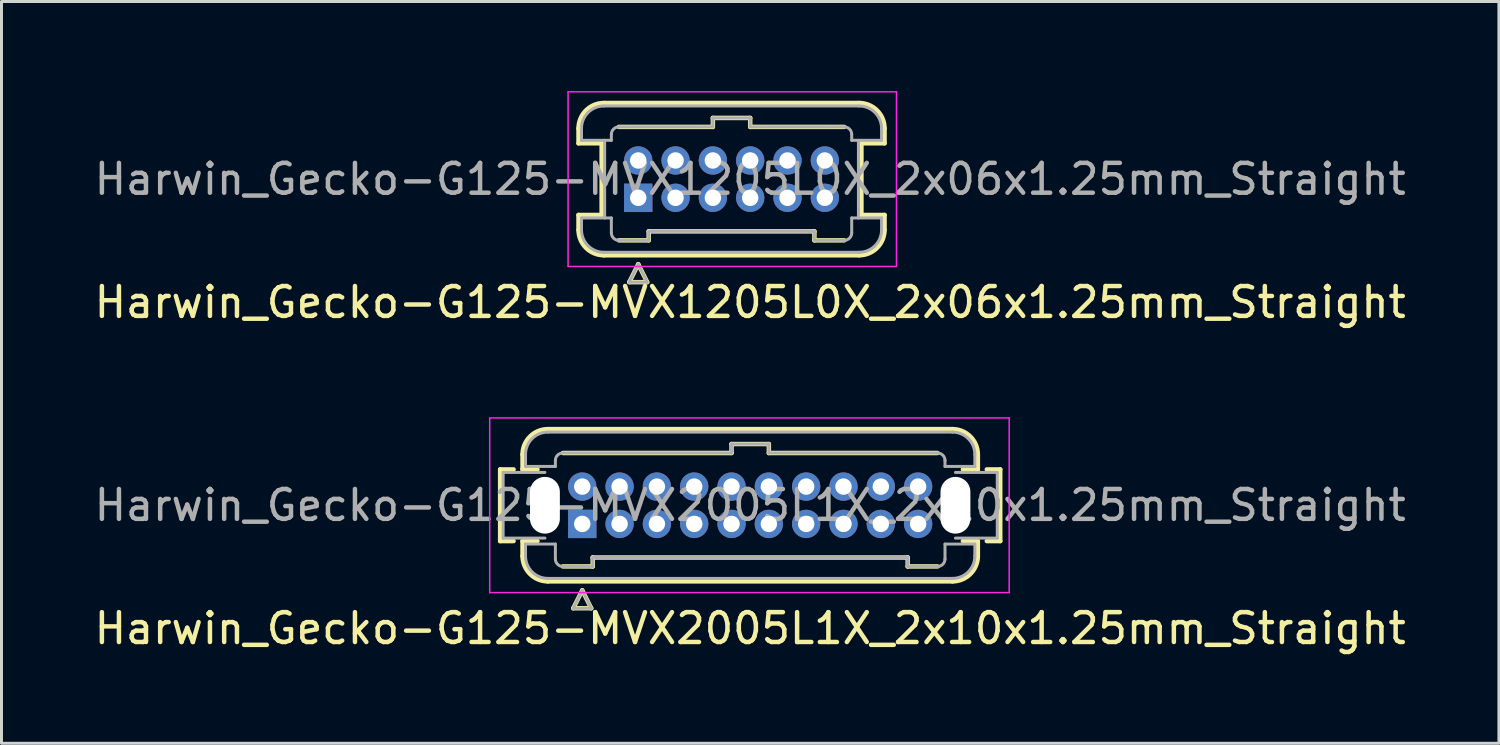
<source format=kicad_pcb>
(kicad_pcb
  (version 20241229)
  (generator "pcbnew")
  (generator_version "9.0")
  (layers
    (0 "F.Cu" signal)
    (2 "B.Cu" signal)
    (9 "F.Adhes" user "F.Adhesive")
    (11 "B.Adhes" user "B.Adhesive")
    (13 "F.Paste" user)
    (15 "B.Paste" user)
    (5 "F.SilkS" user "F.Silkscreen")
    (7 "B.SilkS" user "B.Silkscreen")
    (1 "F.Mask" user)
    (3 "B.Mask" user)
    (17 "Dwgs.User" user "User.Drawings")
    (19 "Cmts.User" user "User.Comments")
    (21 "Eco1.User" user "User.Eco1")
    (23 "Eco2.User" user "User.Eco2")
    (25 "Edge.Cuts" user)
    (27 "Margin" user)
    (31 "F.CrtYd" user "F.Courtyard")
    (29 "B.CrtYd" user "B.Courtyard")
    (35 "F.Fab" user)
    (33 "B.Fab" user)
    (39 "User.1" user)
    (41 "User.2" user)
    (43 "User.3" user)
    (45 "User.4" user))
  (footprint "Harwin_Gecko-G125-MVX2005L1X_2x10x1.25mm_Straight"
    (layer "F.Cu")
    (at 16.452 14.498)
    (property "Reference" "Harwin_Gecko-G125-MVX2005L1X_2x10x1.25mm_Straight" (at 5.625 3.5 0) (layer "F.SilkS") (effects (font (size 1 1) (thickness 0.15))))
    (attr through_hole)
    (fp_line (start -2.75 -1.825) (end -2.75 0.575) (stroke (width 0.15) (type solid)) (layer "F.SilkS"))
    (fp_line (start -2.75 0.575) (end -2.3 0.575) (stroke (width 0.15) (type solid)) (layer "F.SilkS"))
    (fp_line (start -2.3 -1.825) (end -2.75 -1.825) (stroke (width 0.15) (type solid)) (layer "F.SilkS"))
    (fp_line (start -2 -1.825) (end -2 -2.325) (stroke (width 0.15) (type solid)) (layer "F.SilkS"))
    (fp_line (start -2 -1.825) (end -1.5 -1.825) (stroke (width 0.15) (type solid)) (layer "F.SilkS"))
    (fp_line (start -2 0.575) (end -1.5 0.575) (stroke (width 0.15) (type solid)) (layer "F.SilkS"))
    (fp_line (start -2 1.075) (end -2 0.575) (stroke (width 0.15) (type solid)) (layer "F.SilkS"))
    (fp_line (start -1.15 -3.175) (end 12.4 -3.175) (stroke (width 0.15) (type solid)) (layer "F.SilkS"))
    (fp_line (start -1.15 1.925) (end 12.4 1.925) (stroke (width 0.15) (type solid)) (layer "F.SilkS"))
    (fp_line (start -0.65 -2.375) (end 5 -2.375) (stroke (width 0.15) (type solid)) (layer "F.SilkS"))
    (fp_line (start -0.65 1.425) (end 0.35 1.425) (stroke (width 0.15) (type solid)) (layer "F.SilkS"))
    (fp_line (start -0.3 2.825) (end 0.3 2.825) (stroke (width 0.15) (type solid)) (layer "F.SilkS"))
    (fp_line (start 0 2.225) (end -0.3 2.825) (stroke (width 0.15) (type solid)) (layer "F.SilkS"))
    (fp_line (start 0.3 2.825) (end 0 2.225) (stroke (width 0.15) (type solid)) (layer "F.SilkS"))
    (fp_line (start 0.35 1.125) (end 10.9 1.125) (stroke (width 0.15) (type solid)) (layer "F.SilkS"))
    (fp_line (start 0.35 1.425) (end 0.35 1.125) (stroke (width 0.15) (type solid)) (layer "F.SilkS"))
    (fp_line (start 5 -2.675) (end 6.25 -2.675) (stroke (width 0.15) (type solid)) (layer "F.SilkS"))
    (fp_line (start 5 -2.375) (end 5 -2.675) (stroke (width 0.15) (type solid)) (layer "F.SilkS"))
    (fp_line (start 6.25 -2.675) (end 6.25 -2.375) (stroke (width 0.15) (type solid)) (layer "F.SilkS"))
    (fp_line (start 6.25 -2.375) (end 11.9 -2.375) (stroke (width 0.15) (type solid)) (layer "F.SilkS"))
    (fp_line (start 10.9 1.125) (end 10.9 1.425) (stroke (width 0.15) (type solid)) (layer "F.SilkS"))
    (fp_line (start 10.9 1.425) (end 11.9 1.425) (stroke (width 0.15) (type solid)) (layer "F.SilkS"))
    (fp_line (start 13.25 -2.325) (end 13.25 -1.825) (stroke (width 0.15) (type solid)) (layer "F.SilkS"))
    (fp_line (start 13.25 -1.825) (end 12.75 -1.825) (stroke (width 0.15) (type solid)) (layer "F.SilkS"))
    (fp_line (start 13.25 0.575) (end 12.75 0.575) (stroke (width 0.15) (type solid)) (layer "F.SilkS"))
    (fp_line (start 13.25 1.075) (end 13.25 0.575) (stroke (width 0.15) (type solid)) (layer "F.SilkS"))
    (fp_line (start 13.55 0.575) (end 14 0.575) (stroke (width 0.15) (type solid)) (layer "F.SilkS"))
    (fp_line (start 14 -1.825) (end 13.55 -1.825) (stroke (width 0.15) (type solid)) (layer "F.SilkS"))
    (fp_line (start 14 -1.825) (end 14 0.575) (stroke (width 0.15) (type solid)) (layer "F.SilkS"))
    (fp_arc (start -2 -2.325) (mid -1.751041 -2.926041) (end -1.15 -3.175) (stroke (width 0.15) (type solid)) (layer "F.SilkS"))
    (fp_arc (start -1.15 1.925) (mid -1.751041 1.676041) (end -2 1.075) (stroke (width 0.15) (type solid)) (layer "F.SilkS"))
    (fp_arc (start 12.4 -3.175) (mid 13.001041 -2.926041) (end 13.25 -2.325) (stroke (width 0.15) (type solid)) (layer "F.SilkS"))
    (fp_arc (start 13.25 1.075) (mid 13.001041 1.676041) (end 12.4 1.925) (stroke (width 0.15) (type solid)) (layer "F.SilkS"))
    (fp_line (start -3.1 -3.55) (end -3.1 2.3) (stroke (width 0.05) (type solid)) (layer "F.CrtYd"))
    (fp_line (start -3.1 2.3) (end 14.3 2.3) (stroke (width 0.05) (type solid)) (layer "F.CrtYd"))
    (fp_line (start 14.3 -3.55) (end -3.1 -3.55) (stroke (width 0.05) (type solid)) (layer "F.CrtYd"))
    (fp_line (start 14.3 2.3) (end 14.3 -3.55) (stroke (width 0.05) (type solid)) (layer "F.CrtYd"))
    (fp_line (start -2.65 0.475) (end -2.65 -1.725) (stroke (width 0.1) (type solid)) (layer "F.Fab"))
    (fp_line (start -2.65 0.475) (end -1.25 0.475) (stroke (width 0.1) (type solid)) (layer "F.Fab"))
    (fp_line (start -1.9 -2.325) (end -1.9 -1.925) (stroke (width 0.1) (type solid)) (layer "F.Fab"))
    (fp_line (start -1.9 -1.925) (end -0.9 -1.925) (stroke (width 0.1) (type solid)) (layer "F.Fab"))
    (fp_line (start -1.9 0.675) (end -0.9 0.675) (stroke (width 0.1) (type solid)) (layer "F.Fab"))
    (fp_line (start -1.9 1.075) (end -1.9 0.675) (stroke (width 0.1) (type solid)) (layer "F.Fab"))
    (fp_line (start -1.25 -1.725) (end -2.65 -1.725) (stroke (width 0.1) (type solid)) (layer "F.Fab"))
    (fp_line (start -1.15 -3.075) (end 12.4 -3.075) (stroke (width 0.1) (type solid)) (layer "F.Fab"))
    (fp_line (start -1.15 1.825) (end 12.4 1.825) (stroke (width 0.1) (type solid)) (layer "F.Fab"))
    (fp_line (start -0.9 -2.125) (end -0.9 -1.925) (stroke (width 0.1) (type solid)) (layer "F.Fab"))
    (fp_line (start -0.9 1.175) (end -0.9 0.675) (stroke (width 0.1) (type solid)) (layer "F.Fab"))
    (fp_line (start -0.65 -2.375) (end 5 -2.375) (stroke (width 0.1) (type solid)) (layer "F.Fab"))
    (fp_line (start -0.65 1.425) (end 0.35 1.425) (stroke (width 0.1) (type solid)) (layer "F.Fab"))
    (fp_line (start -0.3 2.825) (end 0.3 2.825) (stroke (width 0.1) (type solid)) (layer "F.Fab"))
    (fp_line (start 0 2.225) (end -0.3 2.825) (stroke (width 0.1) (type solid)) (layer "F.Fab"))
    (fp_line (start 0.3 2.825) (end 0 2.225) (stroke (width 0.1) (type solid)) (layer "F.Fab"))
    (fp_line (start 0.35 1.125) (end 10.9 1.125) (stroke (width 0.1) (type solid)) (layer "F.Fab"))
    (fp_line (start 0.35 1.425) (end 0.35 1.125) (stroke (width 0.1) (type solid)) (layer "F.Fab"))
    (fp_line (start 5 -2.675) (end 6.25 -2.675) (stroke (width 0.1) (type solid)) (layer "F.Fab"))
    (fp_line (start 5 -2.375) (end 5 -2.675) (stroke (width 0.1) (type solid)) (layer "F.Fab"))
    (fp_line (start 6.25 -2.675) (end 6.25 -2.375) (stroke (width 0.1) (type solid)) (layer "F.Fab"))
    (fp_line (start 6.25 -2.375) (end 11.9 -2.375) (stroke (width 0.1) (type solid)) (layer "F.Fab"))
    (fp_line (start 10.9 1.125) (end 10.9 1.425) (stroke (width 0.1) (type solid)) (layer "F.Fab"))
    (fp_line (start 10.9 1.425) (end 11.9 1.425) (stroke (width 0.1) (type solid)) (layer "F.Fab"))
    (fp_line (start 12.15 -2.125) (end 12.15 -1.925) (stroke (width 0.1) (type solid)) (layer "F.Fab"))
    (fp_line (start 12.15 1.175) (end 12.15 0.675) (stroke (width 0.1) (type solid)) (layer "F.Fab"))
    (fp_line (start 12.5 0.475) (end 13.9 0.475) (stroke (width 0.1) (type solid)) (layer "F.Fab"))
    (fp_line (start 13.15 -2.325) (end 13.15 -1.925) (stroke (width 0.1) (type solid)) (layer "F.Fab"))
    (fp_line (start 13.15 -1.925) (end 12.15 -1.925) (stroke (width 0.1) (type solid)) (layer "F.Fab"))
    (fp_line (start 13.15 0.675) (end 12.15 0.675) (stroke (width 0.1) (type solid)) (layer "F.Fab"))
    (fp_line (start 13.15 1.075) (end 13.15 0.675) (stroke (width 0.1) (type solid)) (layer "F.Fab"))
    (fp_line (start 13.9 -1.725) (end 12.5 -1.725) (stroke (width 0.1) (type solid)) (layer "F.Fab"))
    (fp_line (start 13.9 -1.725) (end 13.9 0.475) (stroke (width 0.1) (type solid)) (layer "F.Fab"))
    (fp_arc (start -1.9 -2.325) (mid -1.68033 -2.85533) (end -1.15 -3.075) (stroke (width 0.1) (type solid)) (layer "F.Fab"))
    (fp_arc (start -1.15 1.825) (mid -1.68033 1.60533) (end -1.9 1.075) (stroke (width 0.1) (type solid)) (layer "F.Fab"))
    (fp_arc (start -0.9 -2.125) (mid -0.826777 -2.301777) (end -0.65 -2.375) (stroke (width 0.1) (type solid)) (layer "F.Fab"))
    (fp_arc (start -0.65 1.425) (mid -0.826777 1.351777) (end -0.9 1.175) (stroke (width 0.1) (type solid)) (layer "F.Fab"))
    (fp_arc (start 11.9 -2.375) (mid 12.076777 -2.301777) (end 12.15 -2.125) (stroke (width 0.1) (type solid)) (layer "F.Fab"))
    (fp_arc (start 12.15 1.175) (mid 12.076777 1.351777) (end 11.9 1.425) (stroke (width 0.1) (type solid)) (layer "F.Fab"))
    (fp_arc (start 12.4 -3.075) (mid 12.93033 -2.85533) (end 13.15 -2.325) (stroke (width 0.1) (type solid)) (layer "F.Fab"))
    (fp_arc (start 13.15 1.075) (mid 12.93033 1.60533) (end 12.4 1.825) (stroke (width 0.1) (type solid)) (layer "F.Fab"))
    (fp_text user "${REFERENCE}" (at 5.625 -0.625 0) (layer "F.Fab") (effects (font (size 1 1) (thickness 0.15))))
    (pad "" np_thru_hole oval (at -1.25 -0.625) (size 1 1.9) (drill oval 1 1.9) (layers "*.Cu" "*.Mask"))
    (pad "" np_thru_hole oval (at 12.5 -0.625) (size 1 1.9) (drill oval 1 1.9) (layers "*.Cu" "*.Mask"))
    (pad "1" thru_hole rect (at 0 0) (size 0.95 0.95) (drill 0.55) (layers "*.Cu" "*.Mask"))
    (pad "2" thru_hole circle (at 1.25 0) (size 0.95 0.95) (drill 0.55) (layers "*.Cu" "*.Mask"))
    (pad "3" thru_hole circle (at 2.5 0) (size 0.95 0.95) (drill 0.55) (layers "*.Cu" "*.Mask"))
    (pad "4" thru_hole circle (at 3.75 0) (size 0.95 0.95) (drill 0.55) (layers "*.Cu" "*.Mask"))
    (pad "5" thru_hole circle (at 5 0) (size 0.95 0.95) (drill 0.55) (layers "*.Cu" "*.Mask"))
    (pad "6" thru_hole circle (at 6.25 0) (size 0.95 0.95) (drill 0.55) (layers "*.Cu" "*.Mask"))
    (pad "7" thru_hole circle (at 7.5 0) (size 0.95 0.95) (drill 0.55) (layers "*.Cu" "*.Mask"))
    (pad "8" thru_hole circle (at 8.75 0) (size 0.95 0.95) (drill 0.55) (layers "*.Cu" "*.Mask"))
    (pad "9" thru_hole circle (at 10 0) (size 0.95 0.95) (drill 0.55) (layers "*.Cu" "*.Mask"))
    (pad "10" thru_hole circle (at 11.25 0) (size 0.95 0.95) (drill 0.55) (layers "*.Cu" "*.Mask"))
    (pad "11" thru_hole circle (at 0 -1.25) (size 0.95 0.95) (drill 0.55) (layers "*.Cu" "*.Mask"))
    (pad "12" thru_hole circle (at 1.25 -1.25) (size 0.95 0.95) (drill 0.55) (layers "*.Cu" "*.Mask"))
    (pad "13" thru_hole circle (at 2.5 -1.25) (size 0.95 0.95) (drill 0.55) (layers "*.Cu" "*.Mask"))
    (pad "14" thru_hole circle (at 3.75 -1.25) (size 0.95 0.95) (drill 0.55) (layers "*.Cu" "*.Mask"))
    (pad "15" thru_hole circle (at 5 -1.25) (size 0.95 0.95) (drill 0.55) (layers "*.Cu" "*.Mask"))
    (pad "16" thru_hole circle (at 6.25 -1.25) (size 0.95 0.95) (drill 0.55) (layers "*.Cu" "*.Mask"))
    (pad "17" thru_hole circle (at 7.5 -1.25) (size 0.95 0.95) (drill 0.55) (layers "*.Cu" "*.Mask"))
    (pad "18" thru_hole circle (at 8.75 -1.25) (size 0.95 0.95) (drill 0.55) (layers "*.Cu" "*.Mask"))
    (pad "19" thru_hole circle (at 10 -1.25) (size 0.95 0.95) (drill 0.55) (layers "*.Cu" "*.Mask"))
    (pad "20" thru_hole circle (at 11.25 -1.25) (size 0.95 0.95) (drill 0.55) (layers "*.Cu" "*.Mask")))
  (footprint "Harwin_Gecko-G125-MVX1205L0X_2x06x1.25mm_Straight"
    (layer "F.Cu")
    (at 18.327 3.575)
    (property "Reference" "Harwin_Gecko-G125-MVX1205L0X_2x06x1.25mm_Straight" (at 3.75 3.5 0) (layer "F.SilkS") (effects (font (size 1 1) (thickness 0.15))))
    (attr through_hole)
    (fp_line (start -2 -1.825) (end -2 -2.325) (stroke (width 0.15) (type solid)) (layer "F.SilkS"))
    (fp_line (start -2 -1.825) (end -1.225 -1.825) (stroke (width 0.15) (type solid)) (layer "F.SilkS"))
    (fp_line (start -2 0.575) (end -1.225 0.575) (stroke (width 0.15) (type solid)) (layer "F.SilkS"))
    (fp_line (start -2 1.075) (end -2 0.575) (stroke (width 0.15) (type solid)) (layer "F.SilkS"))
    (fp_line (start -1.225 -1.825) (end -1.225 0.575) (stroke (width 0.15) (type solid)) (layer "F.SilkS"))
    (fp_line (start -1.15 -3.175) (end 7.4 -3.175) (stroke (width 0.15) (type solid)) (layer "F.SilkS"))
    (fp_line (start -1.15 1.925) (end 7.4 1.925) (stroke (width 0.15) (type solid)) (layer "F.SilkS"))
    (fp_line (start -0.65 -2.375) (end 2.5 -2.375) (stroke (width 0.15) (type solid)) (layer "F.SilkS"))
    (fp_line (start -0.65 1.425) (end 0.35 1.425) (stroke (width 0.15) (type solid)) (layer "F.SilkS"))
    (fp_line (start -0.3 2.825) (end 0.3 2.825) (stroke (width 0.15) (type solid)) (layer "F.SilkS"))
    (fp_line (start 0 2.225) (end -0.3 2.825) (stroke (width 0.15) (type solid)) (layer "F.SilkS"))
    (fp_line (start 0.3 2.825) (end 0 2.225) (stroke (width 0.15) (type solid)) (layer "F.SilkS"))
    (fp_line (start 0.35 1.125) (end 5.9 1.125) (stroke (width 0.15) (type solid)) (layer "F.SilkS"))
    (fp_line (start 0.35 1.425) (end 0.35 1.125) (stroke (width 0.15) (type solid)) (layer "F.SilkS"))
    (fp_line (start 2.5 -2.675) (end 3.75 -2.675) (stroke (width 0.15) (type solid)) (layer "F.SilkS"))
    (fp_line (start 2.5 -2.375) (end 2.5 -2.675) (stroke (width 0.15) (type solid)) (layer "F.SilkS"))
    (fp_line (start 3.75 -2.675) (end 3.75 -2.375) (stroke (width 0.15) (type solid)) (layer "F.SilkS"))
    (fp_line (start 3.75 -2.375) (end 6.9 -2.375) (stroke (width 0.15) (type solid)) (layer "F.SilkS"))
    (fp_line (start 5.9 1.125) (end 5.9 1.425) (stroke (width 0.15) (type solid)) (layer "F.SilkS"))
    (fp_line (start 5.9 1.425) (end 6.9 1.425) (stroke (width 0.15) (type solid)) (layer "F.SilkS"))
    (fp_line (start 7.475 -1.825) (end 7.475 0.575) (stroke (width 0.15) (type solid)) (layer "F.SilkS"))
    (fp_line (start 8.25 -2.325) (end 8.25 -1.825) (stroke (width 0.15) (type solid)) (layer "F.SilkS"))
    (fp_line (start 8.25 -1.825) (end 7.475 -1.825) (stroke (width 0.15) (type solid)) (layer "F.SilkS"))
    (fp_line (start 8.25 0.575) (end 7.475 0.575) (stroke (width 0.15) (type solid)) (layer "F.SilkS"))
    (fp_line (start 8.25 1.075) (end 8.25 0.575) (stroke (width 0.15) (type solid)) (layer "F.SilkS"))
    (fp_arc (start -2 -2.325) (mid -1.751041 -2.926041) (end -1.15 -3.175) (stroke (width 0.15) (type solid)) (layer "F.SilkS"))
    (fp_arc (start -1.15 1.925) (mid -1.751041 1.676041) (end -2 1.075) (stroke (width 0.15) (type solid)) (layer "F.SilkS"))
    (fp_arc (start 7.4 -3.175) (mid 8.001041 -2.926041) (end 8.25 -2.325) (stroke (width 0.15) (type solid)) (layer "F.SilkS"))
    (fp_arc (start 8.25 1.075) (mid 8.001041 1.676041) (end 7.4 1.925) (stroke (width 0.15) (type solid)) (layer "F.SilkS"))
    (fp_line (start -2.35 -3.55) (end -2.35 2.3) (stroke (width 0.05) (type solid)) (layer "F.CrtYd"))
    (fp_line (start -2.35 2.3) (end 8.65 2.3) (stroke (width 0.05) (type solid)) (layer "F.CrtYd"))
    (fp_line (start 8.65 -3.55) (end -2.35 -3.55) (stroke (width 0.05) (type solid)) (layer "F.CrtYd"))
    (fp_line (start 8.65 2.3) (end 8.65 -3.55) (stroke (width 0.05) (type solid)) (layer "F.CrtYd"))
    (fp_line (start -1.9 -2.325) (end -1.9 -1.925) (stroke (width 0.1) (type solid)) (layer "F.Fab"))
    (fp_line (start -1.9 -1.925) (end -0.9 -1.925) (stroke (width 0.1) (type solid)) (layer "F.Fab"))
    (fp_line (start -1.9 0.675) (end -0.9 0.675) (stroke (width 0.1) (type solid)) (layer "F.Fab"))
    (fp_line (start -1.9 1.075) (end -1.9 0.675) (stroke (width 0.1) (type solid)) (layer "F.Fab"))
    (fp_line (start -1.15 -3.075) (end 7.4 -3.075) (stroke (width 0.1) (type solid)) (layer "F.Fab"))
    (fp_line (start -1.15 1.825) (end 7.4 1.825) (stroke (width 0.1) (type solid)) (layer "F.Fab"))
    (fp_line (start -1.125 -1.925) (end -1.125 0.675) (stroke (width 0.1) (type solid)) (layer "F.Fab"))
    (fp_line (start -0.9 -2.125) (end -0.9 -1.925) (stroke (width 0.1) (type solid)) (layer "F.Fab"))
    (fp_line (start -0.9 1.175) (end -0.9 0.675) (stroke (width 0.1) (type solid)) (layer "F.Fab"))
    (fp_line (start -0.65 -2.375) (end 2.5 -2.375) (stroke (width 0.1) (type solid)) (layer "F.Fab"))
    (fp_line (start -0.65 1.425) (end 0.35 1.425) (stroke (width 0.1) (type solid)) (layer "F.Fab"))
    (fp_line (start -0.3 2.825) (end 0.3 2.825) (stroke (width 0.1) (type solid)) (layer "F.Fab"))
    (fp_line (start 0 2.225) (end -0.3 2.825) (stroke (width 0.1) (type solid)) (layer "F.Fab"))
    (fp_line (start 0.3 2.825) (end 0 2.225) (stroke (width 0.1) (type solid)) (layer "F.Fab"))
    (fp_line (start 0.35 1.125) (end 5.9 1.125) (stroke (width 0.1) (type solid)) (layer "F.Fab"))
    (fp_line (start 0.35 1.425) (end 0.35 1.125) (stroke (width 0.1) (type solid)) (layer "F.Fab"))
    (fp_line (start 2.5 -2.675) (end 3.75 -2.675) (stroke (width 0.1) (type solid)) (layer "F.Fab"))
    (fp_line (start 2.5 -2.375) (end 2.5 -2.675) (stroke (width 0.1) (type solid)) (layer "F.Fab"))
    (fp_line (start 3.75 -2.675) (end 3.75 -2.375) (stroke (width 0.1) (type solid)) (layer "F.Fab"))
    (fp_line (start 3.75 -2.375) (end 6.9 -2.375) (stroke (width 0.1) (type solid)) (layer "F.Fab"))
    (fp_line (start 5.9 1.125) (end 5.9 1.425) (stroke (width 0.1) (type solid)) (layer "F.Fab"))
    (fp_line (start 5.9 1.425) (end 6.9 1.425) (stroke (width 0.1) (type solid)) (layer "F.Fab"))
    (fp_line (start 7.15 -2.125) (end 7.15 -1.925) (stroke (width 0.1) (type solid)) (layer "F.Fab"))
    (fp_line (start 7.15 1.175) (end 7.15 0.675) (stroke (width 0.1) (type solid)) (layer "F.Fab"))
    (fp_line (start 7.375 -1.925) (end 7.375 0.675) (stroke (width 0.1) (type solid)) (layer "F.Fab"))
    (fp_line (start 8.15 -2.325) (end 8.15 -1.925) (stroke (width 0.1) (type solid)) (layer "F.Fab"))
    (fp_line (start 8.15 -1.925) (end 7.15 -1.925) (stroke (width 0.1) (type solid)) (layer "F.Fab"))
    (fp_line (start 8.15 0.675) (end 7.15 0.675) (stroke (width 0.1) (type solid)) (layer "F.Fab"))
    (fp_line (start 8.15 1.075) (end 8.15 0.675) (stroke (width 0.1) (type solid)) (layer "F.Fab"))
    (fp_arc (start -1.9 -2.325) (mid -1.68033 -2.85533) (end -1.15 -3.075) (stroke (width 0.1) (type solid)) (layer "F.Fab"))
    (fp_arc (start -1.15 1.825) (mid -1.68033 1.60533) (end -1.9 1.075) (stroke (width 0.1) (type solid)) (layer "F.Fab"))
    (fp_arc (start -0.9 -2.125) (mid -0.826777 -2.301777) (end -0.65 -2.375) (stroke (width 0.1) (type solid)) (layer "F.Fab"))
    (fp_arc (start -0.65 1.425) (mid -0.826777 1.351777) (end -0.9 1.175) (stroke (width 0.1) (type solid)) (layer "F.Fab"))
    (fp_arc (start 6.9 -2.375) (mid 7.076777 -2.301777) (end 7.15 -2.125) (stroke (width 0.1) (type solid)) (layer "F.Fab"))
    (fp_arc (start 7.15 1.175) (mid 7.076777 1.351777) (end 6.9 1.425) (stroke (width 0.1) (type solid)) (layer "F.Fab"))
    (fp_arc (start 7.4 -3.075) (mid 7.93033 -2.85533) (end 8.15 -2.325) (stroke (width 0.1) (type solid)) (layer "F.Fab"))
    (fp_arc (start 8.15 1.075) (mid 7.93033 1.60533) (end 7.4 1.825) (stroke (width 0.1) (type solid)) (layer "F.Fab"))
    (fp_text user "${REFERENCE}" (at 3.75 -0.625 0) (layer "F.Fab") (effects (font (size 1 1) (thickness 0.15))))
    (pad "1" thru_hole rect (at 0 0) (size 0.95 0.95) (drill 0.55) (layers "*.Cu" "*.Mask"))
    (pad "2" thru_hole circle (at 1.25 0) (size 0.95 0.95) (drill 0.55) (layers "*.Cu" "*.Mask"))
    (pad "3" thru_hole circle (at 2.5 0) (size 0.95 0.95) (drill 0.55) (layers "*.Cu" "*.Mask"))
    (pad "4" thru_hole circle (at 3.75 0) (size 0.95 0.95) (drill 0.55) (layers "*.Cu" "*.Mask"))
    (pad "5" thru_hole circle (at 5 0) (size 0.95 0.95) (drill 0.55) (layers "*.Cu" "*.Mask"))
    (pad "6" thru_hole circle (at 6.25 0) (size 0.95 0.95) (drill 0.55) (layers "*.Cu" "*.Mask"))
    (pad "7" thru_hole circle (at 0 -1.25) (size 0.95 0.95) (drill 0.55) (layers "*.Cu" "*.Mask"))
    (pad "8" thru_hole circle (at 1.25 -1.25) (size 0.95 0.95) (drill 0.55) (layers "*.Cu" "*.Mask"))
    (pad "9" thru_hole circle (at 2.5 -1.25) (size 0.95 0.95) (drill 0.55) (layers "*.Cu" "*.Mask"))
    (pad "10" thru_hole circle (at 3.75 -1.25) (size 0.95 0.95) (drill 0.55) (layers "*.Cu" "*.Mask"))
    (pad "11" thru_hole circle (at 5 -1.25) (size 0.95 0.95) (drill 0.55) (layers "*.Cu" "*.Mask"))
    (pad "12" thru_hole circle (at 6.25 -1.25) (size 0.95 0.95) (drill 0.55) (layers "*.Cu" "*.Mask")))
  (gr_rect
    (start -3 -3)
    (end 47.155 21.846)
    (stroke (width 0.1) (type default))
    (fill no)
    (layer "Edge.Cuts")))
</source>
